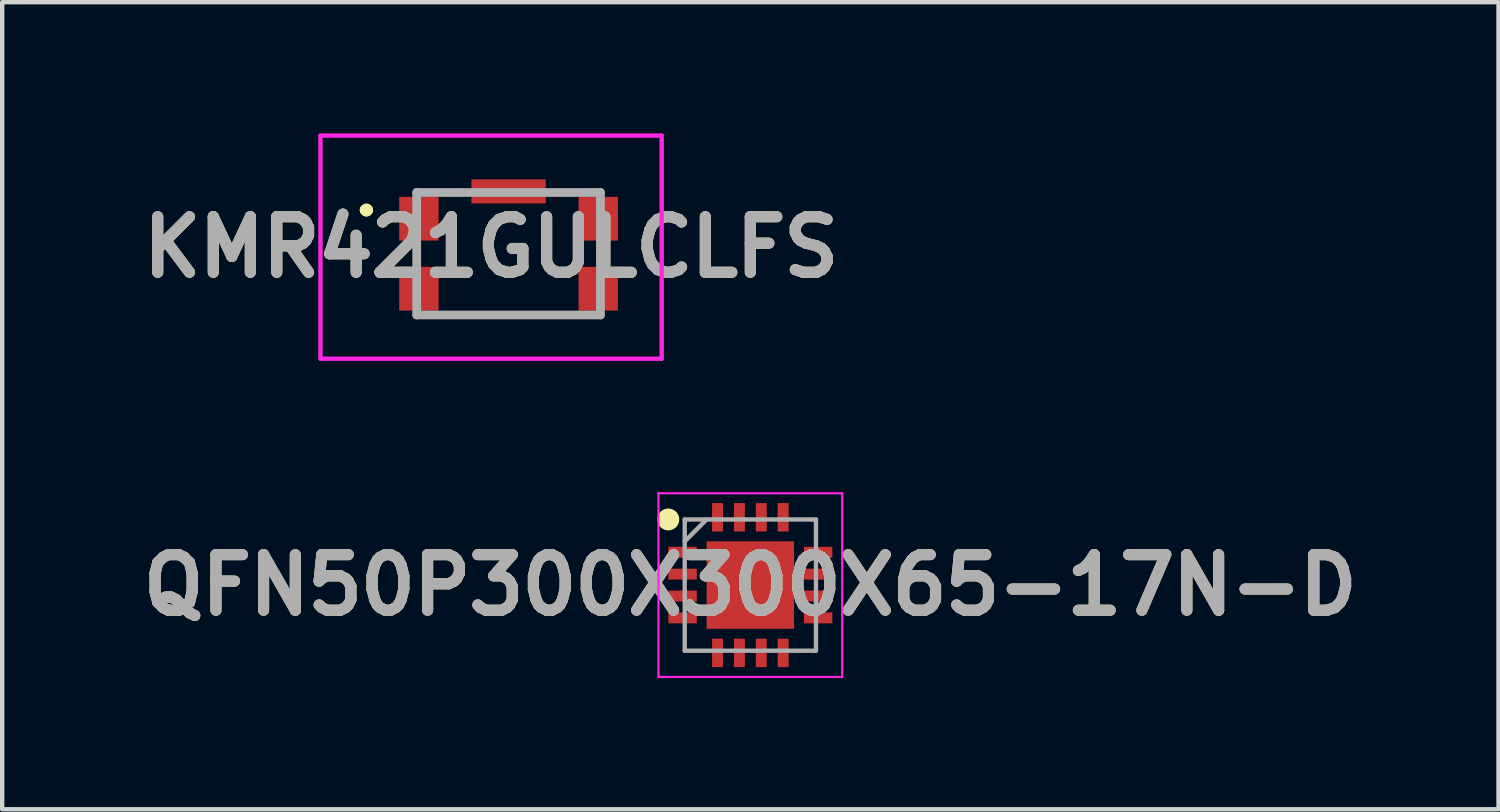
<source format=kicad_pcb>
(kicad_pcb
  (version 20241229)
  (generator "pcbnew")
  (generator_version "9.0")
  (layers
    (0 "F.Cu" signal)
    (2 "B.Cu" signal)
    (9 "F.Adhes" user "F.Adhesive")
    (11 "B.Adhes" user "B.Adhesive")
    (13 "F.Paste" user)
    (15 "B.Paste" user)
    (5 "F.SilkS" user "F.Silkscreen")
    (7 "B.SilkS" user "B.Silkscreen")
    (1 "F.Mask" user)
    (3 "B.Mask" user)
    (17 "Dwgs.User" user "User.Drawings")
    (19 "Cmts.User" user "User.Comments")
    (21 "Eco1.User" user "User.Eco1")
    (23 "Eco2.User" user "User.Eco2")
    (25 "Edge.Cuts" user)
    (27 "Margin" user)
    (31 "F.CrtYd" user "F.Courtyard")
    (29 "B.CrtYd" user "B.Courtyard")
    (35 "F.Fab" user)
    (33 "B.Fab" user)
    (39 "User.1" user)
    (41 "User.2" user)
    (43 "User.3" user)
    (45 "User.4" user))
  (footprint "QFN50P300X300X65-17N-D"
    (layer "F.Cu")
    (at 14.103 10.325)
    (property "Reference" "QFN50P300X300X65-17N-D" (at 0 0 0) (layer "F.SilkS") (effects (font (size 1.27 1.27) (thickness 0.254))))
    (attr smd)
    (fp_circle (center -1.875 -1.5) (end -1.875 -1.375) (stroke (width 0.25) (type solid)) (fill no) (layer "F.SilkS"))
    (fp_line (start -2.1 -2.1) (end 2.1 -2.1) (stroke (width 0.05) (type solid)) (layer "F.CrtYd"))
    (fp_line (start -2.1 2.1) (end -2.1 -2.1) (stroke (width 0.05) (type solid)) (layer "F.CrtYd"))
    (fp_line (start 2.1 -2.1) (end 2.1 2.1) (stroke (width 0.05) (type solid)) (layer "F.CrtYd"))
    (fp_line (start 2.1 2.1) (end -2.1 2.1) (stroke (width 0.05) (type solid)) (layer "F.CrtYd"))
    (fp_line (start -1.5 -1.5) (end 1.5 -1.5) (stroke (width 0.1) (type solid)) (layer "F.Fab"))
    (fp_line (start -1.5 -1) (end -1 -1.5) (stroke (width 0.1) (type solid)) (layer "F.Fab"))
    (fp_line (start -1.5 1.5) (end -1.5 -1.5) (stroke (width 0.1) (type solid)) (layer "F.Fab"))
    (fp_line (start 1.5 -1.5) (end 1.5 1.5) (stroke (width 0.1) (type solid)) (layer "F.Fab"))
    (fp_line (start 1.5 1.5) (end -1.5 1.5) (stroke (width 0.1) (type solid)) (layer "F.Fab"))
    (fp_text user "${REFERENCE}" (at 0 0 0) (layer "F.Fab") (effects (font (size 1.27 1.27) (thickness 0.254))))
    (pad "1" smd rect (at -1.55 -0.75 90) (size 0.25 0.65) (layers "F.Cu" "F.Mask" "F.Paste"))
    (pad "2" smd rect (at -1.55 -0.25 90) (size 0.25 0.65) (layers "F.Cu" "F.Mask" "F.Paste"))
    (pad "3" smd rect (at -1.55 0.25 90) (size 0.25 0.65) (layers "F.Cu" "F.Mask" "F.Paste"))
    (pad "4" smd rect (at -1.55 0.75 90) (size 0.25 0.65) (layers "F.Cu" "F.Mask" "F.Paste"))
    (pad "5" smd rect (at -0.75 1.55) (size 0.25 0.65) (layers "F.Cu" "F.Mask" "F.Paste"))
    (pad "6" smd rect (at -0.25 1.55) (size 0.25 0.65) (layers "F.Cu" "F.Mask" "F.Paste"))
    (pad "7" smd rect (at 0.25 1.55) (size 0.25 0.65) (layers "F.Cu" "F.Mask" "F.Paste"))
    (pad "8" smd rect (at 0.75 1.55) (size 0.25 0.65) (layers "F.Cu" "F.Mask" "F.Paste"))
    (pad "9" smd rect (at 1.55 0.75 90) (size 0.25 0.65) (layers "F.Cu" "F.Mask" "F.Paste"))
    (pad "10" smd rect (at 1.55 0.25 90) (size 0.25 0.65) (layers "F.Cu" "F.Mask" "F.Paste"))
    (pad "11" smd rect (at 1.55 -0.25 90) (size 0.25 0.65) (layers "F.Cu" "F.Mask" "F.Paste"))
    (pad "12" smd rect (at 1.55 -0.75 90) (size 0.25 0.65) (layers "F.Cu" "F.Mask" "F.Paste"))
    (pad "13" smd rect (at 0.75 -1.55) (size 0.25 0.65) (layers "F.Cu" "F.Mask" "F.Paste"))
    (pad "14" smd rect (at 0.25 -1.55) (size 0.25 0.65) (layers "F.Cu" "F.Mask" "F.Paste"))
    (pad "15" smd rect (at -0.25 -1.55) (size 0.25 0.65) (layers "F.Cu" "F.Mask" "F.Paste"))
    (pad "16" smd rect (at -0.75 -1.55) (size 0.25 0.65) (layers "F.Cu" "F.Mask" "F.Paste"))
    (pad "17" smd rect (at 0 0) (size 2 2) (layers "F.Cu" "F.Mask" "F.Paste")))
  (footprint "KMR421GULCLFS"
    (layer "F.Cu")
    (at 8.576 2.75)
    (property "Reference" "KMR421GULCLFS" (at -0.4 -0.15 0) (layer "F.SilkS") (effects (font (size 1.27 1.27) (thickness 0.254))))
    (attr smd)
    (fp_line (start -3.3 -1) (end -3.3 -1) (stroke (width 0.2) (type solid)) (layer "F.SilkS"))
    (fp_line (start -3.3 -1) (end -3.3 -1) (stroke (width 0.2) (type solid)) (layer "F.SilkS"))
    (fp_line (start -3.2 -1) (end -3.2 -1) (stroke (width 0.2) (type solid)) (layer "F.SilkS"))
    (fp_line (start -1 1.4) (end -1 1.4) (stroke (width 0.1) (type solid)) (layer "F.SilkS"))
    (fp_line (start -1 1.4) (end 1 1.4) (stroke (width 0.1) (type solid)) (layer "F.SilkS"))
    (fp_line (start 1 1.4) (end -1 1.4) (stroke (width 0.1) (type solid)) (layer "F.SilkS"))
    (fp_line (start 1 1.4) (end 1 1.4) (stroke (width 0.1) (type solid)) (layer "F.SilkS"))
    (fp_arc (start -3.3 -1) (mid -3.25 -1.05) (end -3.2 -1) (stroke (width 0.2) (type solid)) (layer "F.SilkS"))
    (fp_arc (start -3.2 -1) (mid -3.25 -0.95) (end -3.3 -1) (stroke (width 0.2) (type solid)) (layer "F.SilkS"))
    (fp_arc (start -3.2 -1) (mid -3.25 -0.95) (end -3.3 -1) (stroke (width 0.2) (type solid)) (layer "F.SilkS"))
    (fp_line (start -4.3 -2.7) (end 3.5 -2.7) (stroke (width 0.1) (type solid)) (layer "F.CrtYd"))
    (fp_line (start -4.3 2.4) (end -4.3 -2.7) (stroke (width 0.1) (type solid)) (layer "F.CrtYd"))
    (fp_line (start 3.5 -2.7) (end 3.5 2.4) (stroke (width 0.1) (type solid)) (layer "F.CrtYd"))
    (fp_line (start 3.5 2.4) (end -4.3 2.4) (stroke (width 0.1) (type solid)) (layer "F.CrtYd"))
    (fp_line (start -2.1 -1.4) (end -2.1 1.4) (stroke (width 0.2) (type solid)) (layer "F.Fab"))
    (fp_line (start -2.1 1.4) (end 2.1 1.4) (stroke (width 0.2) (type solid)) (layer "F.Fab"))
    (fp_line (start 2.1 -1.4) (end -2.1 -1.4) (stroke (width 0.2) (type solid)) (layer "F.Fab"))
    (fp_line (start 2.1 1.4) (end 2.1 -1.4) (stroke (width 0.2) (type solid)) (layer "F.Fab"))
    (fp_text user "${REFERENCE}" (at -0.4 -0.15 0) (layer "F.Fab") (effects (font (size 1.27 1.27) (thickness 0.254))))
    (pad "1" smd rect (at -2.05 -0.8) (size 0.9 1) (layers "F.Cu" "F.Mask" "F.Paste"))
    (pad "2" smd rect (at -2.05 0.8) (size 0.9 1) (layers "F.Cu" "F.Mask" "F.Paste"))
    (pad "3" smd rect (at 2.05 0.8) (size 0.9 1) (layers "F.Cu" "F.Mask" "F.Paste"))
    (pad "4" smd rect (at 2.05 -0.8) (size 0.9 1) (layers "F.Cu" "F.Mask" "F.Paste"))
    (pad "5" smd rect (at 0 -1.425 90) (size 0.55 1.7) (layers "F.Cu" "F.Mask" "F.Paste")))
  (gr_rect
    (start -3 -3)
    (end 31.206 15.45)
    (stroke (width 0.1) (type default))
    (fill no)
    (layer "Edge.Cuts")))
</source>
